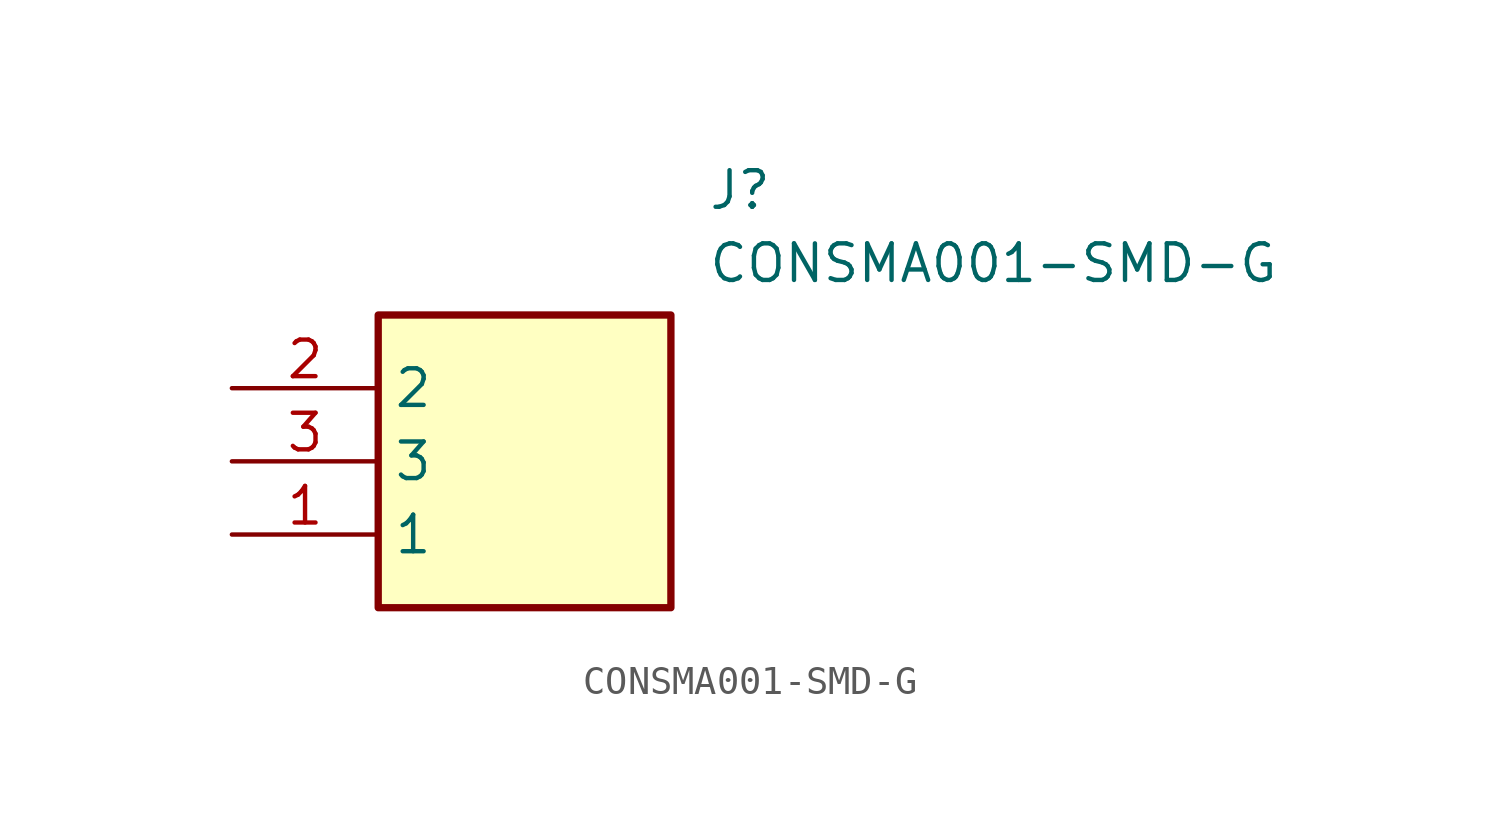
<source format=kicad_sym>
(kicad_symbol_lib
  (version 20211014)
  (generator SamacSys_ECAD_Model)
  (symbol "CONSMA001-SMD-G"
    (property "Reference" "J"
      (at 16.51 7.62 0)
      (effects (font (size 1.27 1.27)) (justify left top)))
    (property "Value" "CONSMA001-SMD-G"
      (at 16.51 5.08 0)
      (effects (font (size 1.27 1.27)) (justify left top)))
    (rectangle
      (start 5.08 2.54)
      (end 15.24 -7.62)
      (stroke (width 0.254) (type default))
      (fill (type background)))
    (pin passive line
      (at 0 -5.08 0)
      (length 5.08)
      (name "1" (effects (font (size 1.27 1.27))))
      (number "1" (effects (font (size 1.27 1.27)))))
    (pin passive line
      (at 0 0 0)
      (length 5.08)
      (name "2" (effects (font (size 1.27 1.27))))
      (number "2" (effects (font (size 1.27 1.27)))))
    (pin passive line
      (at 0 -2.54 0)
      (length 5.08)
      (name "3" (effects (font (size 1.27 1.27))))
      (number "3" (effects (font (size 1.27 1.27)))))))
</source>
